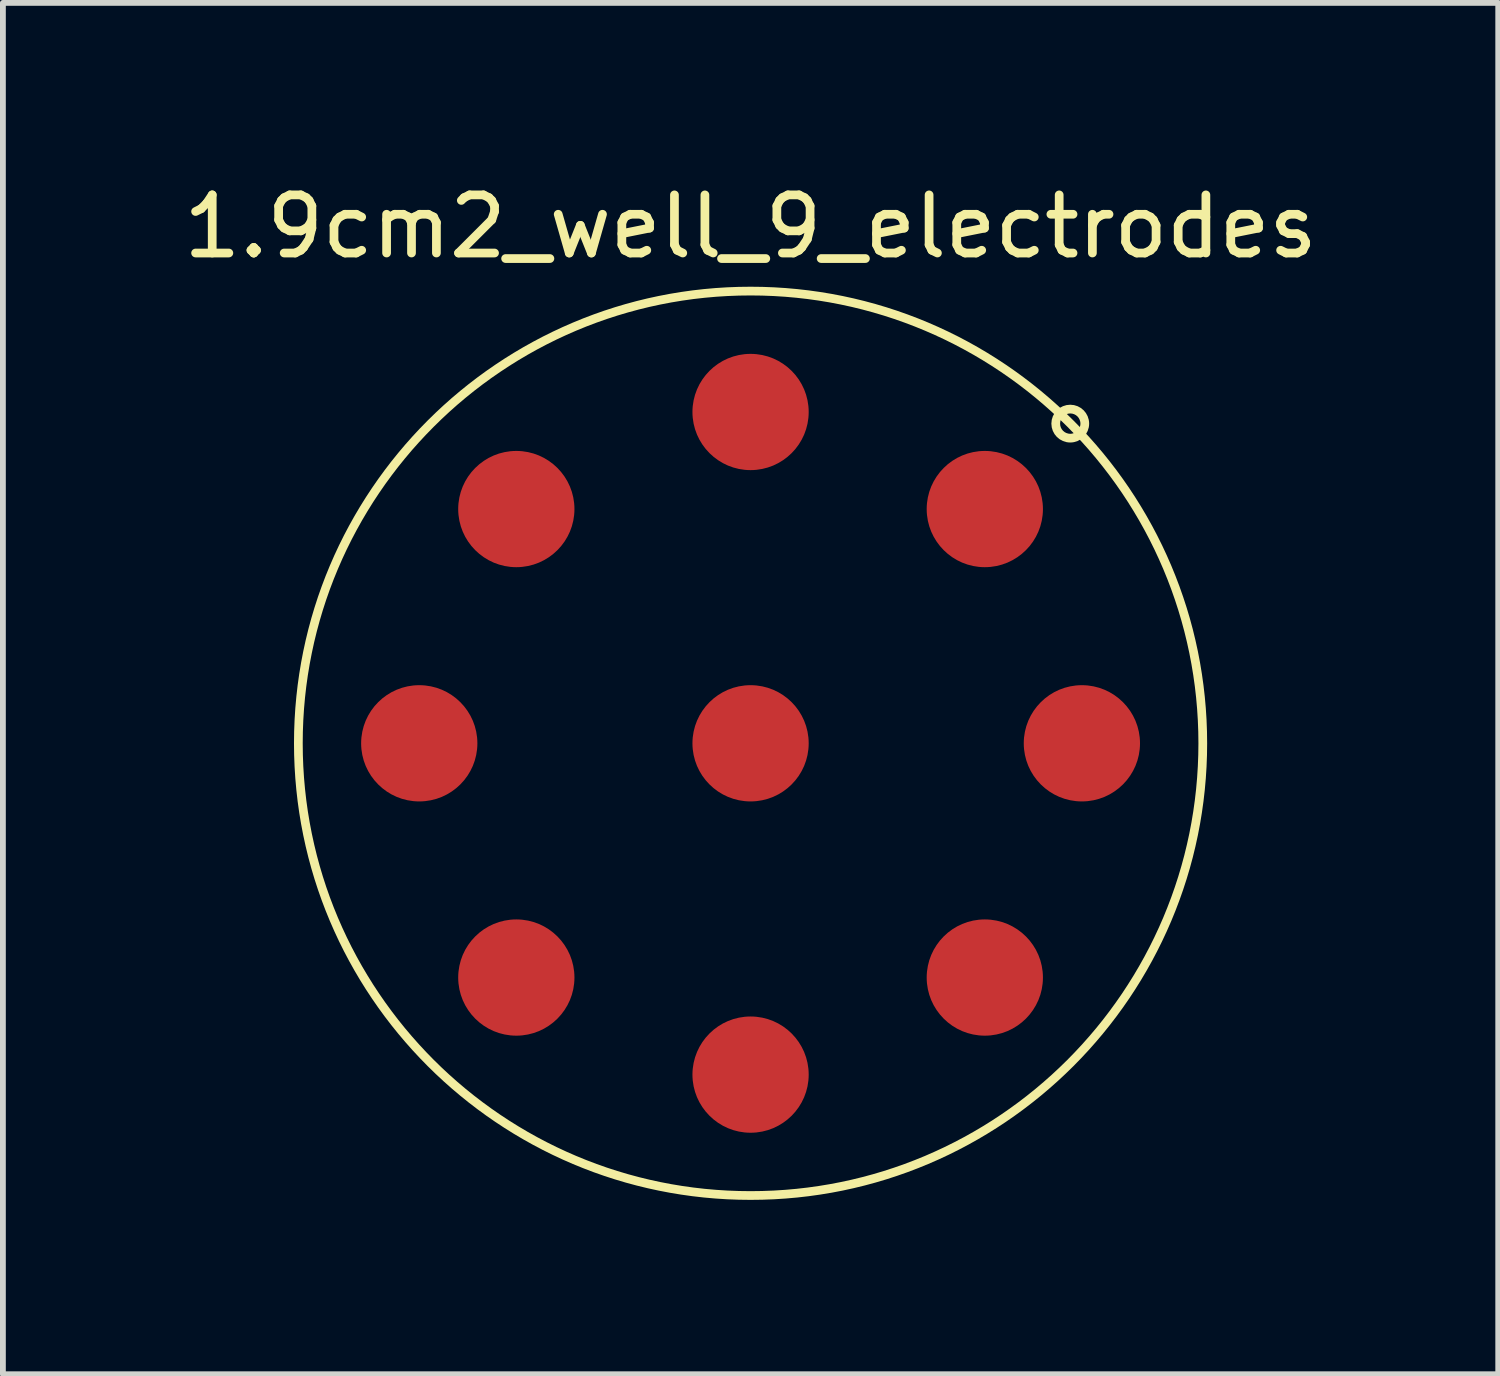
<source format=kicad_pcb>
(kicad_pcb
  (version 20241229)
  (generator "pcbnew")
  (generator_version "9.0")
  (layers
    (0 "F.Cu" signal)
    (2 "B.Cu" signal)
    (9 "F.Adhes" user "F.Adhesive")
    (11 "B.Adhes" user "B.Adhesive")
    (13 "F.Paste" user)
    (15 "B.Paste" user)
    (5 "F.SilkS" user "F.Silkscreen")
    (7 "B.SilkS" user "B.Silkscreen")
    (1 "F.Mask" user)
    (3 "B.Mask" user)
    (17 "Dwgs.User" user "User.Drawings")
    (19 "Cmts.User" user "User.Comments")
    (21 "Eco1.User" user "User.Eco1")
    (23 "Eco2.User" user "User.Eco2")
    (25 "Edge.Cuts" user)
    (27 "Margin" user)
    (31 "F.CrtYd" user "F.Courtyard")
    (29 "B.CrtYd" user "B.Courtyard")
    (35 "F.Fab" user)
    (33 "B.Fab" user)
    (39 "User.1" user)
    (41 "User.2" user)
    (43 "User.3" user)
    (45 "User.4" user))
  (footprint "1.9cm2_well_9_electrodes"
    (layer "F.Cu")
    (at 9.863 9.738)
    (property "Reference" "1.9cm2_well_9_electrodes" (at 0 -8.89 0) (unlocked yes) (layer "F.SilkS") (effects (font (size 1 1) (thickness 0.15))))
    (attr smd)
    (fp_circle (center 0 0) (end 7.78 0) (stroke (width 0.15) (type solid)) (fill no) (layer "F.SilkS"))
    (fp_circle (center 5.5 -5.5) (end 5.75 -5.5) (stroke (width 0.15) (type solid)) (fill no) (layer "F.SilkS"))
    (pad "1" smd circle (at 4.03 -4.03) (size 2 2) (layers "F.Cu" "F.Mask" "F.Paste"))
    (pad "2" smd circle (at 5.7 0) (size 2 2) (layers "F.Cu" "F.Mask" "F.Paste"))
    (pad "3" smd circle (at 4.03 4.03) (size 2 2) (layers "F.Cu" "F.Mask" "F.Paste"))
    (pad "4" smd circle (at 0 0) (size 2 2) (layers "F.Cu" "F.Mask" "F.Paste"))
    (pad "5" smd circle (at 0 5.7) (size 2 2) (layers "F.Cu" "F.Mask" "F.Paste"))
    (pad "6" smd circle (at -4.03 4.03) (size 2 2) (layers "F.Cu" "F.Mask" "F.Paste"))
    (pad "7" smd circle (at -5.7 0) (size 2 2) (layers "F.Cu" "F.Mask" "F.Paste"))
    (pad "8" smd circle (at -4.03 -4.03) (size 2 2) (layers "F.Cu" "F.Mask" "F.Paste"))
    (pad "9" smd circle (at 0 -5.7) (size 2 2) (layers "F.Cu" "F.Mask" "F.Paste")))
  (gr_rect
    (start -3 -3)
    (end 22.726 20.593)
    (stroke (width 0.1) (type default))
    (fill no)
    (layer "Edge.Cuts")))
</source>
